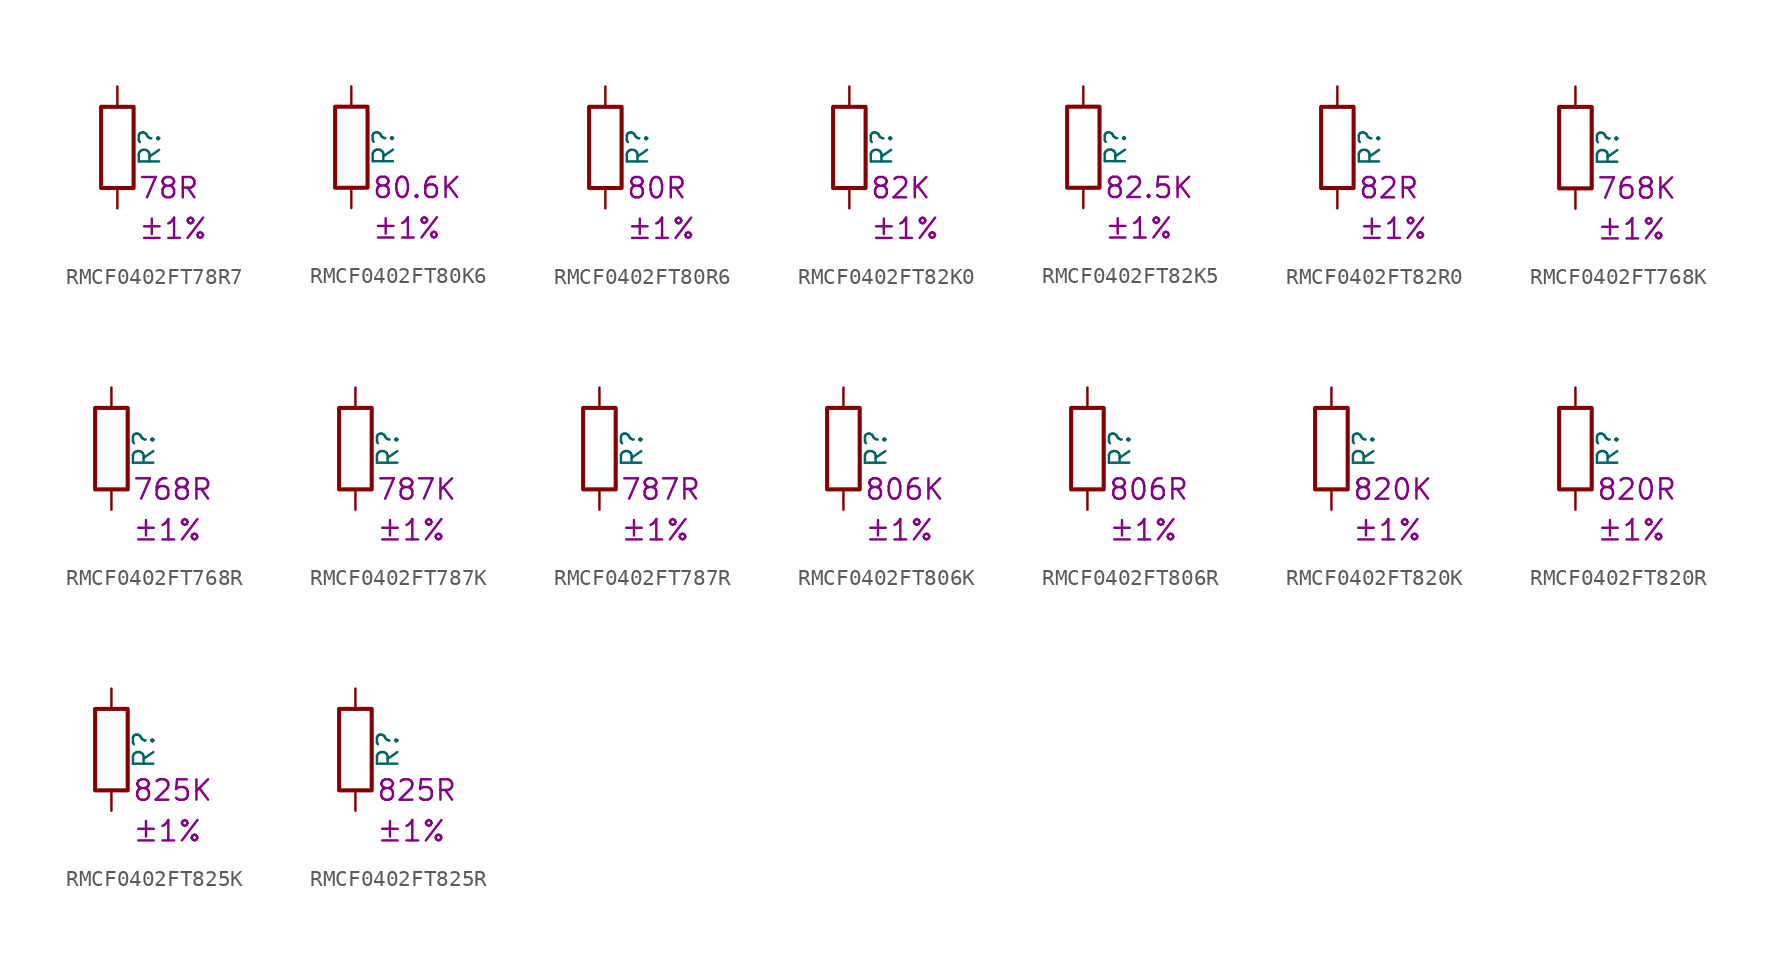
<source format=kicad_sym>
(kicad_symbol_lib
  (version 20220914)
  (generator kicad_symbol_editor)
  (symbol "RMCF0402FT78R7"
    (pin_numbers hide)
    (pin_names
      (offset 0))
    (property "Reference" "R"
      (at 2.032 0 90)
      (effects (font (size 1.27 1.27))))
    (property "Resistance" "78R"
      (at 1.27 -2.54 0)
      (effects (font (size 1.27 1.27)) (justify left)))
    (property "Tolerance" "±1%"
      (at 1.27 -5.08 0)
      (effects (font (size 1.27 1.27)) (justify left)))
    (symbol "RMCF0402FT78R7_0_1"
      (rectangle (start -1.016 -2.54) (end 1.016 2.54) (stroke (width 0.254) (type default)) (fill (type none))))
    (symbol "RMCF0402FT78R7_1_1"
      (pin passive line (at 0 3.81 270) (length 1.27) (name "~" (effects (font (size 1.27 1.27)))) (number "1" (effects (font (size 1.27 1.27)))))
      (pin passive line (at 0 -3.81 90) (length 1.27) (name "~" (effects (font (size 1.27 1.27)))) (number "2" (effects (font (size 1.27 1.27)))))))
  (symbol "RMCF0402FT80K6"
    (pin_numbers hide)
    (pin_names
      (offset 0))
    (property "Reference" "R"
      (at 2.032 0 90)
      (effects (font (size 1.27 1.27))))
    (property "Resistance" "80.6K"
      (at 1.27 -2.54 0)
      (effects (font (size 1.27 1.27)) (justify left)))
    (property "Tolerance" "±1%"
      (at 1.27 -5.08 0)
      (effects (font (size 1.27 1.27)) (justify left)))
    (symbol "RMCF0402FT80K6_0_1"
      (rectangle (start -1.016 -2.54) (end 1.016 2.54) (stroke (width 0.254) (type default)) (fill (type none))))
    (symbol "RMCF0402FT80K6_1_1"
      (pin passive line (at 0 3.81 270) (length 1.27) (name "~" (effects (font (size 1.27 1.27)))) (number "1" (effects (font (size 1.27 1.27)))))
      (pin passive line (at 0 -3.81 90) (length 1.27) (name "~" (effects (font (size 1.27 1.27)))) (number "2" (effects (font (size 1.27 1.27)))))))
  (symbol "RMCF0402FT80R6"
    (pin_numbers hide)
    (pin_names
      (offset 0))
    (property "Reference" "R"
      (at 2.032 0 90)
      (effects (font (size 1.27 1.27))))
    (property "Resistance" "80R"
      (at 1.27 -2.54 0)
      (effects (font (size 1.27 1.27)) (justify left)))
    (property "Tolerance" "±1%"
      (at 1.27 -5.08 0)
      (effects (font (size 1.27 1.27)) (justify left)))
    (symbol "RMCF0402FT80R6_0_1"
      (rectangle (start -1.016 -2.54) (end 1.016 2.54) (stroke (width 0.254) (type default)) (fill (type none))))
    (symbol "RMCF0402FT80R6_1_1"
      (pin passive line (at 0 3.81 270) (length 1.27) (name "~" (effects (font (size 1.27 1.27)))) (number "1" (effects (font (size 1.27 1.27)))))
      (pin passive line (at 0 -3.81 90) (length 1.27) (name "~" (effects (font (size 1.27 1.27)))) (number "2" (effects (font (size 1.27 1.27)))))))
  (symbol "RMCF0402FT82K0"
    (pin_numbers hide)
    (pin_names
      (offset 0))
    (property "Reference" "R"
      (at 2.032 0 90)
      (effects (font (size 1.27 1.27))))
    (property "Resistance" "82K"
      (at 1.27 -2.54 0)
      (effects (font (size 1.27 1.27)) (justify left)))
    (property "Tolerance" "±1%"
      (at 1.27 -5.08 0)
      (effects (font (size 1.27 1.27)) (justify left)))
    (symbol "RMCF0402FT82K0_0_1"
      (rectangle (start -1.016 -2.54) (end 1.016 2.54) (stroke (width 0.254) (type default)) (fill (type none))))
    (symbol "RMCF0402FT82K0_1_1"
      (pin passive line (at 0 3.81 270) (length 1.27) (name "~" (effects (font (size 1.27 1.27)))) (number "1" (effects (font (size 1.27 1.27)))))
      (pin passive line (at 0 -3.81 90) (length 1.27) (name "~" (effects (font (size 1.27 1.27)))) (number "2" (effects (font (size 1.27 1.27)))))))
  (symbol "RMCF0402FT82K5"
    (pin_numbers hide)
    (pin_names
      (offset 0))
    (property "Reference" "R"
      (at 2.032 0 90)
      (effects (font (size 1.27 1.27))))
    (property "Resistance" "82.5K"
      (at 1.27 -2.54 0)
      (effects (font (size 1.27 1.27)) (justify left)))
    (property "Tolerance" "±1%"
      (at 1.27 -5.08 0)
      (effects (font (size 1.27 1.27)) (justify left)))
    (symbol "RMCF0402FT82K5_0_1"
      (rectangle (start -1.016 -2.54) (end 1.016 2.54) (stroke (width 0.254) (type default)) (fill (type none))))
    (symbol "RMCF0402FT82K5_1_1"
      (pin passive line (at 0 3.81 270) (length 1.27) (name "~" (effects (font (size 1.27 1.27)))) (number "1" (effects (font (size 1.27 1.27)))))
      (pin passive line (at 0 -3.81 90) (length 1.27) (name "~" (effects (font (size 1.27 1.27)))) (number "2" (effects (font (size 1.27 1.27)))))))
  (symbol "RMCF0402FT82R0"
    (pin_numbers hide)
    (pin_names
      (offset 0))
    (property "Reference" "R"
      (at 2.032 0 90)
      (effects (font (size 1.27 1.27))))
    (property "Resistance" "82R"
      (at 1.27 -2.54 0)
      (effects (font (size 1.27 1.27)) (justify left)))
    (property "Tolerance" "±1%"
      (at 1.27 -5.08 0)
      (effects (font (size 1.27 1.27)) (justify left)))
    (symbol "RMCF0402FT82R0_0_1"
      (rectangle (start -1.016 -2.54) (end 1.016 2.54) (stroke (width 0.254) (type default)) (fill (type none))))
    (symbol "RMCF0402FT82R0_1_1"
      (pin passive line (at 0 3.81 270) (length 1.27) (name "~" (effects (font (size 1.27 1.27)))) (number "1" (effects (font (size 1.27 1.27)))))
      (pin passive line (at 0 -3.81 90) (length 1.27) (name "~" (effects (font (size 1.27 1.27)))) (number "2" (effects (font (size 1.27 1.27)))))))
  (symbol "RMCF0402FT768K"
    (pin_numbers hide)
    (pin_names
      (offset 0))
    (property "Reference" "R"
      (at 2.032 0 90)
      (effects (font (size 1.27 1.27))))
    (property "Resistance" "768K"
      (at 1.27 -2.54 0)
      (effects (font (size 1.27 1.27)) (justify left)))
    (property "Tolerance" "±1%"
      (at 1.27 -5.08 0)
      (effects (font (size 1.27 1.27)) (justify left)))
    (symbol "RMCF0402FT768K_0_1"
      (rectangle (start -1.016 -2.54) (end 1.016 2.54) (stroke (width 0.254) (type default)) (fill (type none))))
    (symbol "RMCF0402FT768K_1_1"
      (pin passive line (at 0 3.81 270) (length 1.27) (name "~" (effects (font (size 1.27 1.27)))) (number "1" (effects (font (size 1.27 1.27)))))
      (pin passive line (at 0 -3.81 90) (length 1.27) (name "~" (effects (font (size 1.27 1.27)))) (number "2" (effects (font (size 1.27 1.27)))))))
  (symbol "RMCF0402FT768R"
    (pin_numbers hide)
    (pin_names
      (offset 0))
    (property "Reference" "R"
      (at 2.032 0 90)
      (effects (font (size 1.27 1.27))))
    (property "Resistance" "768R"
      (at 1.27 -2.54 0)
      (effects (font (size 1.27 1.27)) (justify left)))
    (property "Tolerance" "±1%"
      (at 1.27 -5.08 0)
      (effects (font (size 1.27 1.27)) (justify left)))
    (symbol "RMCF0402FT768R_0_1"
      (rectangle (start -1.016 -2.54) (end 1.016 2.54) (stroke (width 0.254) (type default)) (fill (type none))))
    (symbol "RMCF0402FT768R_1_1"
      (pin passive line (at 0 3.81 270) (length 1.27) (name "~" (effects (font (size 1.27 1.27)))) (number "1" (effects (font (size 1.27 1.27)))))
      (pin passive line (at 0 -3.81 90) (length 1.27) (name "~" (effects (font (size 1.27 1.27)))) (number "2" (effects (font (size 1.27 1.27)))))))
  (symbol "RMCF0402FT787K"
    (pin_numbers hide)
    (pin_names
      (offset 0))
    (property "Reference" "R"
      (at 2.032 0 90)
      (effects (font (size 1.27 1.27))))
    (property "Resistance" "787K"
      (at 1.27 -2.54 0)
      (effects (font (size 1.27 1.27)) (justify left)))
    (property "Tolerance" "±1%"
      (at 1.27 -5.08 0)
      (effects (font (size 1.27 1.27)) (justify left)))
    (symbol "RMCF0402FT787K_0_1"
      (rectangle (start -1.016 -2.54) (end 1.016 2.54) (stroke (width 0.254) (type default)) (fill (type none))))
    (symbol "RMCF0402FT787K_1_1"
      (pin passive line (at 0 3.81 270) (length 1.27) (name "~" (effects (font (size 1.27 1.27)))) (number "1" (effects (font (size 1.27 1.27)))))
      (pin passive line (at 0 -3.81 90) (length 1.27) (name "~" (effects (font (size 1.27 1.27)))) (number "2" (effects (font (size 1.27 1.27)))))))
  (symbol "RMCF0402FT787R"
    (pin_numbers hide)
    (pin_names
      (offset 0))
    (property "Reference" "R"
      (at 2.032 0 90)
      (effects (font (size 1.27 1.27))))
    (property "Resistance" "787R"
      (at 1.27 -2.54 0)
      (effects (font (size 1.27 1.27)) (justify left)))
    (property "Tolerance" "±1%"
      (at 1.27 -5.08 0)
      (effects (font (size 1.27 1.27)) (justify left)))
    (symbol "RMCF0402FT787R_0_1"
      (rectangle (start -1.016 -2.54) (end 1.016 2.54) (stroke (width 0.254) (type default)) (fill (type none))))
    (symbol "RMCF0402FT787R_1_1"
      (pin passive line (at 0 3.81 270) (length 1.27) (name "~" (effects (font (size 1.27 1.27)))) (number "1" (effects (font (size 1.27 1.27)))))
      (pin passive line (at 0 -3.81 90) (length 1.27) (name "~" (effects (font (size 1.27 1.27)))) (number "2" (effects (font (size 1.27 1.27)))))))
  (symbol "RMCF0402FT806K"
    (pin_numbers hide)
    (pin_names
      (offset 0))
    (property "Reference" "R"
      (at 2.032 0 90)
      (effects (font (size 1.27 1.27))))
    (property "Resistance" "806K"
      (at 1.27 -2.54 0)
      (effects (font (size 1.27 1.27)) (justify left)))
    (property "Tolerance" "±1%"
      (at 1.27 -5.08 0)
      (effects (font (size 1.27 1.27)) (justify left)))
    (symbol "RMCF0402FT806K_0_1"
      (rectangle (start -1.016 -2.54) (end 1.016 2.54) (stroke (width 0.254) (type default)) (fill (type none))))
    (symbol "RMCF0402FT806K_1_1"
      (pin passive line (at 0 3.81 270) (length 1.27) (name "~" (effects (font (size 1.27 1.27)))) (number "1" (effects (font (size 1.27 1.27)))))
      (pin passive line (at 0 -3.81 90) (length 1.27) (name "~" (effects (font (size 1.27 1.27)))) (number "2" (effects (font (size 1.27 1.27)))))))
  (symbol "RMCF0402FT806R"
    (pin_numbers hide)
    (pin_names
      (offset 0))
    (property "Reference" "R"
      (at 2.032 0 90)
      (effects (font (size 1.27 1.27))))
    (property "Resistance" "806R"
      (at 1.27 -2.54 0)
      (effects (font (size 1.27 1.27)) (justify left)))
    (property "Tolerance" "±1%"
      (at 1.27 -5.08 0)
      (effects (font (size 1.27 1.27)) (justify left)))
    (symbol "RMCF0402FT806R_0_1"
      (rectangle (start -1.016 -2.54) (end 1.016 2.54) (stroke (width 0.254) (type default)) (fill (type none))))
    (symbol "RMCF0402FT806R_1_1"
      (pin passive line (at 0 3.81 270) (length 1.27) (name "~" (effects (font (size 1.27 1.27)))) (number "1" (effects (font (size 1.27 1.27)))))
      (pin passive line (at 0 -3.81 90) (length 1.27) (name "~" (effects (font (size 1.27 1.27)))) (number "2" (effects (font (size 1.27 1.27)))))))
  (symbol "RMCF0402FT820K"
    (pin_numbers hide)
    (pin_names
      (offset 0))
    (property "Reference" "R"
      (at 2.032 0 90)
      (effects (font (size 1.27 1.27))))
    (property "Resistance" "820K"
      (at 1.27 -2.54 0)
      (effects (font (size 1.27 1.27)) (justify left)))
    (property "Tolerance" "±1%"
      (at 1.27 -5.08 0)
      (effects (font (size 1.27 1.27)) (justify left)))
    (symbol "RMCF0402FT820K_0_1"
      (rectangle (start -1.016 -2.54) (end 1.016 2.54) (stroke (width 0.254) (type default)) (fill (type none))))
    (symbol "RMCF0402FT820K_1_1"
      (pin passive line (at 0 3.81 270) (length 1.27) (name "~" (effects (font (size 1.27 1.27)))) (number "1" (effects (font (size 1.27 1.27)))))
      (pin passive line (at 0 -3.81 90) (length 1.27) (name "~" (effects (font (size 1.27 1.27)))) (number "2" (effects (font (size 1.27 1.27)))))))
  (symbol "RMCF0402FT820R"
    (pin_numbers hide)
    (pin_names
      (offset 0))
    (property "Reference" "R"
      (at 2.032 0 90)
      (effects (font (size 1.27 1.27))))
    (property "Resistance" "820R"
      (at 1.27 -2.54 0)
      (effects (font (size 1.27 1.27)) (justify left)))
    (property "Tolerance" "±1%"
      (at 1.27 -5.08 0)
      (effects (font (size 1.27 1.27)) (justify left)))
    (symbol "RMCF0402FT820R_0_1"
      (rectangle (start -1.016 -2.54) (end 1.016 2.54) (stroke (width 0.254) (type default)) (fill (type none))))
    (symbol "RMCF0402FT820R_1_1"
      (pin passive line (at 0 3.81 270) (length 1.27) (name "~" (effects (font (size 1.27 1.27)))) (number "1" (effects (font (size 1.27 1.27)))))
      (pin passive line (at 0 -3.81 90) (length 1.27) (name "~" (effects (font (size 1.27 1.27)))) (number "2" (effects (font (size 1.27 1.27)))))))
  (symbol "RMCF0402FT825K"
    (pin_numbers hide)
    (pin_names
      (offset 0))
    (property "Reference" "R"
      (at 2.032 0 90)
      (effects (font (size 1.27 1.27))))
    (property "Resistance" "825K"
      (at 1.27 -2.54 0)
      (effects (font (size 1.27 1.27)) (justify left)))
    (property "Tolerance" "±1%"
      (at 1.27 -5.08 0)
      (effects (font (size 1.27 1.27)) (justify left)))
    (symbol "RMCF0402FT825K_0_1"
      (rectangle (start -1.016 -2.54) (end 1.016 2.54) (stroke (width 0.254) (type default)) (fill (type none))))
    (symbol "RMCF0402FT825K_1_1"
      (pin passive line (at 0 3.81 270) (length 1.27) (name "~" (effects (font (size 1.27 1.27)))) (number "1" (effects (font (size 1.27 1.27)))))
      (pin passive line (at 0 -3.81 90) (length 1.27) (name "~" (effects (font (size 1.27 1.27)))) (number "2" (effects (font (size 1.27 1.27)))))))
  (symbol "RMCF0402FT825R"
    (pin_numbers hide)
    (pin_names
      (offset 0))
    (property "Reference" "R"
      (at 2.032 0 90)
      (effects (font (size 1.27 1.27))))
    (property "Resistance" "825R"
      (at 1.27 -2.54 0)
      (effects (font (size 1.27 1.27)) (justify left)))
    (property "Tolerance" "±1%"
      (at 1.27 -5.08 0)
      (effects (font (size 1.27 1.27)) (justify left)))
    (symbol "RMCF0402FT825R_0_1"
      (rectangle (start -1.016 -2.54) (end 1.016 2.54) (stroke (width 0.254) (type default)) (fill (type none))))
    (symbol "RMCF0402FT825R_1_1"
      (pin passive line (at 0 3.81 270) (length 1.27) (name "~" (effects (font (size 1.27 1.27)))) (number "1" (effects (font (size 1.27 1.27)))))
      (pin passive line (at 0 -3.81 90) (length 1.27) (name "~" (effects (font (size 1.27 1.27)))) (number "2" (effects (font (size 1.27 1.27))))))))
</source>
